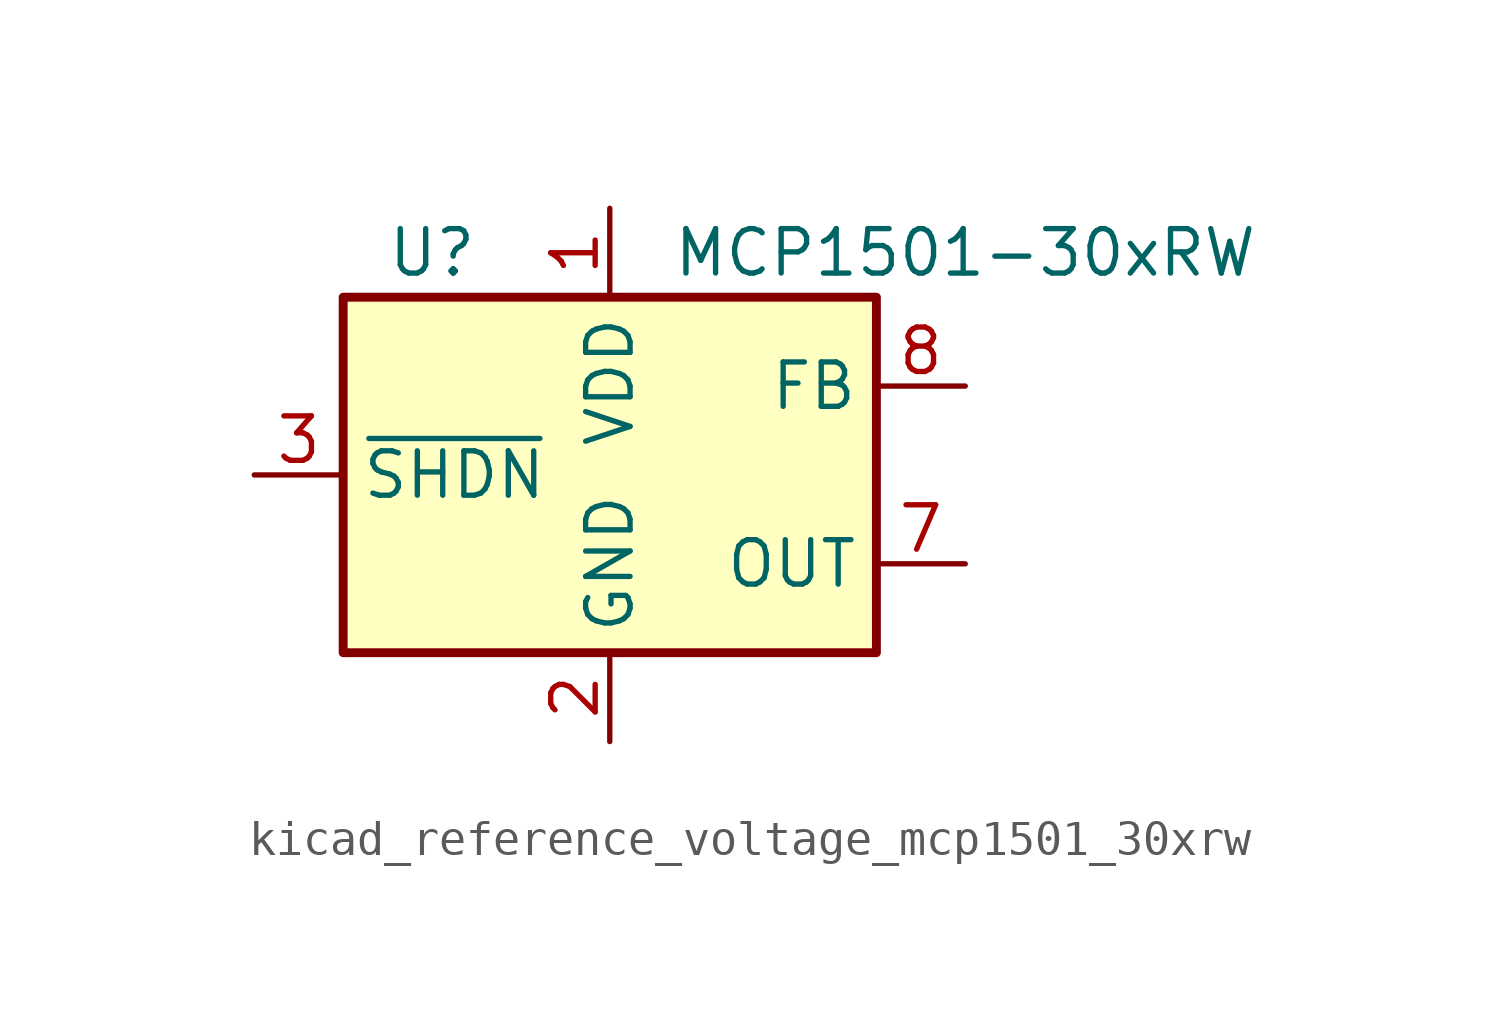
<source format=kicad_sym>
(kicad_symbol_lib
  (version 20220914)
  (generator kicad_symbol_editor)
  (symbol "kicad_reference_voltage_mcp1501_30xrw"
    (property "Reference" "U"
      (at -5.08 6.35 0)
      (effects (font (size 1.27 1.27))))
    (property "Value" "MCP1501-30xRW"
      (at 10.16 6.35 0)
      (effects (font (size 1.27 1.27))))
    (symbol "kicad_reference_voltage_mcp1501_30xrw_0_0"
      (pin power_in line (at 0 7.62 270) (length 2.54) (name "VDD" (effects (font (size 1.27 1.27)))) (number "1" (effects (font (size 1.27 1.27)))))
      (pin power_in line (at 0 -7.62 90) (length 2.54) (name "GND" (effects (font (size 1.27 1.27)))) (number "2" (effects (font (size 1.27 1.27)))))
      (pin input line (at -10.16 0 0) (length 2.54) (name "~{SHDN}" (effects (font (size 1.27 1.27)))) (number "3" (effects (font (size 1.27 1.27)))))
      (pin passive line (at 0 -7.62 90) (length 2.54) hide (name "GND" (effects (font (size 1.27 1.27)))) (number "4" (effects (font (size 1.27 1.27)))))
      (pin passive line (at 0 -7.62 90) (length 2.54) hide (name "GND" (effects (font (size 1.27 1.27)))) (number "5" (effects (font (size 1.27 1.27)))))
      (pin passive line (at 0 -7.62 90) (length 2.54) hide (name "GND" (effects (font (size 1.27 1.27)))) (number "6" (effects (font (size 1.27 1.27)))))
      (pin power_out line (at 10.16 -2.54 180) (length 2.54) (name "OUT" (effects (font (size 1.27 1.27)))) (number "7" (effects (font (size 1.27 1.27)))))
      (pin input line (at 10.16 2.54 180) (length 2.54) (name "FB" (effects (font (size 1.27 1.27)))) (number "8" (effects (font (size 1.27 1.27))))))
    (symbol "kicad_reference_voltage_mcp1501_30xrw_0_1"
      (rectangle (start -7.62 5.08) (end 7.62 -5.08) (stroke (width 0.254) (type default)) (fill (type background))))))
</source>
